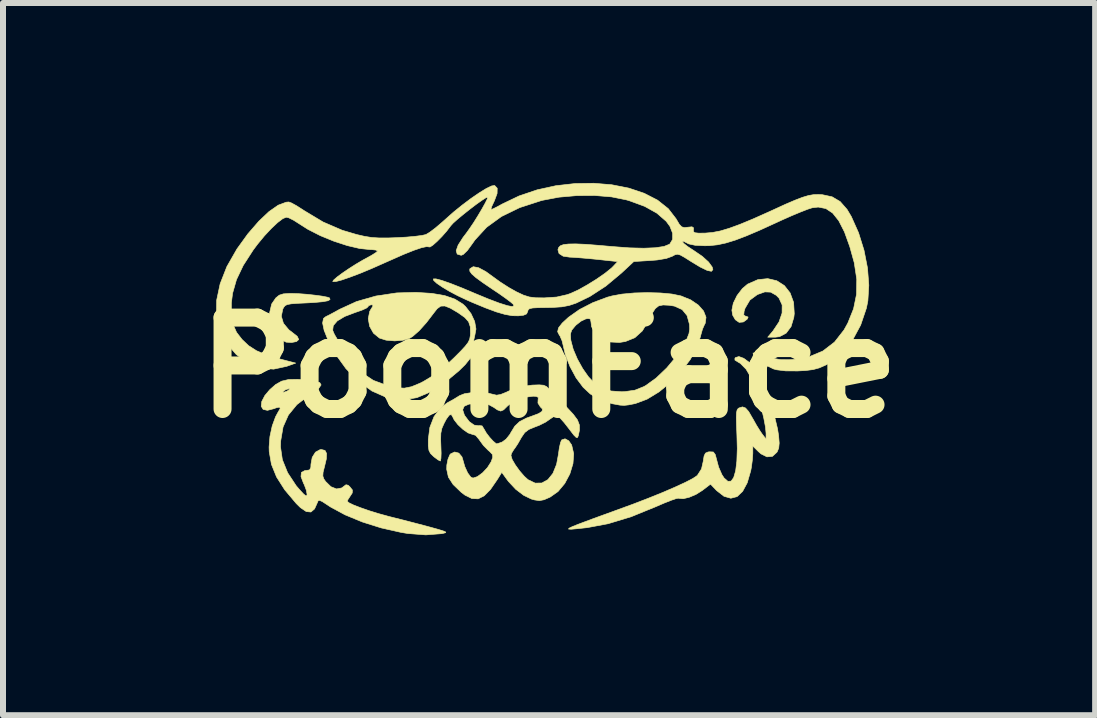
<source format=kicad_pcb>
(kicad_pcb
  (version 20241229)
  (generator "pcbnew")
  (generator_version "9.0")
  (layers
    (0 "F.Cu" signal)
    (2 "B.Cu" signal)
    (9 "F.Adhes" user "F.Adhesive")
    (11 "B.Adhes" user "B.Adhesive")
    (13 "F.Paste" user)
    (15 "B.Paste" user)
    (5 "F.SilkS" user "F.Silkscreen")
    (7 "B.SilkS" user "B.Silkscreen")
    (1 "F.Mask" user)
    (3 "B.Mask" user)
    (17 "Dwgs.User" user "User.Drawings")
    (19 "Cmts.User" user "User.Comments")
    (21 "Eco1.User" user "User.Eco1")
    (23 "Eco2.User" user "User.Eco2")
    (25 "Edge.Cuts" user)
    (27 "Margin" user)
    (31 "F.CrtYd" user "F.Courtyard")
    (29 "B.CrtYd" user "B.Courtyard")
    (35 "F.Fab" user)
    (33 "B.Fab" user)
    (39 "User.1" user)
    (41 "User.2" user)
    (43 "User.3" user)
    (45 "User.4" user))
  (footprint "PoomFace"
    (layer "F.Cu")
    (at 6.103 3.079)
    (property "Reference" "PoomFace" (at 0 0 0) (layer "F.SilkS") (effects (font (size 1.524 1.524) (thickness 0.3))))
    (attr through_hole)
    (fp_poly (pts (xy -4.174 -1.233) (xy -4.038 -1.223) (xy -3.902 -1.208) (xy -3.783 -1.192) (xy -3.696 -1.175) (xy -3.659 -1.162) (xy -3.651 -1.135) (xy -3.687 -1.115) (xy -3.774 -1.099) (xy -3.916 -1.086) (xy -4.042 -1.079) (xy -4.197 -1.072) (xy -4.299 -1.064) (xy -4.364 -1.052) (xy -4.401 -1.033) (xy -4.424 -1.004) (xy -4.439 -0.975) (xy -4.463 -0.857) (xy -4.428 -0.739) (xy -4.338 -0.631) (xy -4.283 -0.589) (xy -4.197 -0.521) (xy -4.173 -0.469) (xy -4.21 -0.435) (xy -4.292 -0.419) (xy -4.384 -0.425) (xy -4.466 -0.47) (xy -4.5 -0.5) (xy -4.594 -0.624) (xy -4.647 -0.77) (xy -4.657 -0.921) (xy -4.624 -1.061) (xy -4.555 -1.162) (xy -4.498 -1.208) (xy -4.429 -1.23) (xy -4.324 -1.237) (xy -4.296 -1.237) (xy -4.174 -1.233)) (stroke (width 0.01) (type solid)) (fill yes) (layer "F.SilkS"))
    (fp_poly (pts (xy 3.796 -1.449) (xy 3.923 -1.368) (xy 4.019 -1.246) (xy 4.077 -1.088) (xy 4.088 -0.9) (xy 4.081 -0.839) (xy 4.035 -0.685) (xy 3.954 -0.576) (xy 3.843 -0.517) (xy 3.773 -0.508) (xy 3.646 -0.508) (xy 3.733 -0.611) (xy 3.834 -0.762) (xy 3.885 -0.91) (xy 3.886 -1.045) (xy 3.834 -1.159) (xy 3.786 -1.207) (xy 3.694 -1.259) (xy 3.598 -1.263) (xy 3.477 -1.22) (xy 3.475 -1.22) (xy 3.348 -1.126) (xy 3.268 -0.99) (xy 3.252 -0.94) (xy 3.246 -0.878) (xy 3.274 -0.858) (xy 3.285 -0.857) (xy 3.319 -0.843) (xy 3.304 -0.809) (xy 3.245 -0.765) (xy 3.237 -0.761) (xy 3.169 -0.755) (xy 3.106 -0.798) (xy 3.061 -0.876) (xy 3.048 -0.958) (xy 3.072 -1.075) (xy 3.135 -1.203) (xy 3.223 -1.318) (xy 3.31 -1.392) (xy 3.481 -1.467) (xy 3.646 -1.484) (xy 3.796 -1.449)) (stroke (width 0.01) (type solid)) (fill yes) (layer "F.SilkS"))
    (fp_poly (pts (xy 1.856 -1.245) (xy 2.049 -1.227) (xy 2.199 -1.196) (xy 2.361 -1.13) (xy 2.489 -1.043) (xy 2.576 -0.944) (xy 2.617 -0.84) (xy 2.604 -0.74) (xy 2.59 -0.714) (xy 2.558 -0.642) (xy 2.53 -0.543) (xy 2.526 -0.524) (xy 2.464 -0.332) (xy 2.352 -0.132) (xy 2.202 0.066) (xy 2.025 0.248) (xy 1.832 0.405) (xy 1.633 0.526) (xy 1.44 0.598) (xy 1.426 0.601) (xy 1.325 0.621) (xy 1.253 0.629) (xy 1.183 0.625) (xy 1.085 0.607) (xy 1.056 0.602) (xy 0.855 0.541) (xy 0.687 0.438) (xy 0.569 0.328) (xy 0.452 0.172) (xy 0.349 -0.019) (xy 0.272 -0.216) (xy 0.241 -0.348) (xy 0.217 -0.448) (xy 0.183 -0.527) (xy 0.171 -0.544) (xy 0.161 -0.563) (xy 0.357 -0.563) (xy 0.361 -0.477) (xy 0.365 -0.449) (xy 0.403 -0.306) (xy 0.472 -0.144) (xy 0.561 0.016) (xy 0.657 0.153) (xy 0.732 0.232) (xy 0.88 0.334) (xy 1.033 0.389) (xy 1.211 0.402) (xy 1.261 0.4) (xy 1.431 0.376) (xy 1.576 0.318) (xy 1.61 0.3) (xy 1.786 0.173) (xy 1.963 0.004) (xy 2.123 -0.188) (xy 2.236 -0.361) (xy 2.299 -0.481) (xy 2.333 -0.568) (xy 2.345 -0.644) (xy 2.341 -0.722) (xy 2.301 -0.868) (xy 2.219 -0.968) (xy 2.09 -1.026) (xy 2.003 -1.04) (xy 1.901 -1.045) (xy 1.828 -1.03) (xy 1.771 -0.985) (xy 1.716 -0.9) (xy 1.657 -0.781) (xy 1.555 -0.612) (xy 1.43 -0.499) (xy 1.274 -0.436) (xy 1.175 -0.42) (xy 1.014 -0.428) (xy 0.876 -0.48) (xy 0.771 -0.568) (xy 0.709 -0.683) (xy 0.699 -0.764) (xy 0.689 -0.811) (xy 0.649 -0.819) (xy 0.611 -0.812) (xy 0.533 -0.775) (xy 0.45 -0.71) (xy 0.434 -0.693) (xy 0.378 -0.625) (xy 0.357 -0.563) (xy 0.161 -0.563) (xy 0.143 -0.599) (xy 0.158 -0.663) (xy 0.22 -0.743) (xy 0.325 -0.84) (xy 0.508 -0.969) (xy 0.731 -1.084) (xy 0.974 -1.175) (xy 1.048 -1.195) (xy 1.216 -1.226) (xy 1.42 -1.245) (xy 1.64 -1.251) (xy 1.856 -1.245)) (stroke (width 0.01) (type solid)) (fill yes) (layer "F.SilkS"))
    (fp_poly (pts (xy -1.953 -1.238) (xy -1.739 -1.201) (xy -1.569 -1.142) (xy -1.436 -1.059) (xy -1.394 -1.02) (xy -1.301 -0.901) (xy -1.24 -0.77) (xy -1.218 -0.644) (xy -1.235 -0.55) (xy -1.254 -0.463) (xy -1.25 -0.386) (xy -1.252 -0.284) (xy -1.299 -0.174) (xy -1.397 -0.051) (xy -1.504 0.054) (xy -1.752 0.26) (xy -1.984 0.408) (xy -2.203 0.5) (xy -2.414 0.536) (xy -2.622 0.52) (xy -2.715 0.495) (xy -2.953 0.389) (xy -3.179 0.226) (xy -3.386 0.016) (xy -3.566 -0.234) (xy -3.685 -0.46) (xy -3.749 -0.622) (xy -3.607 -0.622) (xy -3.579 -0.556) (xy -3.525 -0.464) (xy -3.478 -0.393) (xy -3.395 -0.275) (xy -3.303 -0.142) (xy -3.255 -0.073) (xy -3.112 0.091) (xy -2.93 0.212) (xy -2.7 0.298) (xy -2.698 0.298) (xy -2.54 0.334) (xy -2.413 0.342) (xy -2.293 0.318) (xy -2.155 0.261) (xy -2.095 0.231) (xy -1.922 0.126) (xy -1.742 -0.016) (xy -1.59 -0.158) (xy -1.474 -0.274) (xy -1.396 -0.358) (xy -1.348 -0.421) (xy -1.323 -0.474) (xy -1.313 -0.53) (xy -1.31 -0.568) (xy -1.313 -0.682) (xy -1.341 -0.765) (xy -1.404 -0.836) (xy -1.514 -0.914) (xy -1.515 -0.915) (xy -1.644 -0.991) (xy -1.736 -1.028) (xy -1.805 -1.026) (xy -1.865 -0.983) (xy -1.92 -0.913) (xy -2.044 -0.751) (xy -2.164 -0.617) (xy -2.272 -0.522) (xy -2.322 -0.49) (xy -2.433 -0.457) (xy -2.574 -0.446) (xy -2.716 -0.458) (xy -2.827 -0.493) (xy -2.927 -0.575) (xy -2.991 -0.689) (xy -3.014 -0.816) (xy -2.99 -0.937) (xy -2.967 -0.977) (xy -2.935 -1.028) (xy -2.943 -1.046) (xy -2.967 -1.048) (xy -3.01 -1.032) (xy -3.016 -1.017) (xy -3.044 -0.993) (xy -3.118 -0.959) (xy -3.222 -0.923) (xy -3.231 -0.92) (xy -3.405 -0.854) (xy -3.529 -0.78) (xy -3.597 -0.701) (xy -3.607 -0.622) (xy -3.749 -0.622) (xy -3.75 -0.625) (xy -3.775 -0.744) (xy -3.76 -0.82) (xy -3.722 -0.85) (xy -3.665 -0.878) (xy -3.575 -0.926) (xy -3.492 -0.972) (xy -3.209 -1.102) (xy -2.887 -1.194) (xy -2.539 -1.246) (xy -2.221 -1.255) (xy -1.953 -1.238)) (stroke (width 0.01) (type solid)) (fill yes) (layer "F.SilkS"))
    (fp_poly (pts (xy 3.245 -0.156) (xy 3.336 -0.089) (xy 3.426 0.008) (xy 3.485 0.095) (xy 3.556 0.236) (xy 3.631 0.419) (xy 3.702 0.624) (xy 3.764 0.831) (xy 3.809 1.02) (xy 3.827 1.134) (xy 3.837 1.258) (xy 3.829 1.341) (xy 3.803 1.404) (xy 3.797 1.412) (xy 3.724 1.479) (xy 3.633 1.487) (xy 3.533 1.437) (xy 3.49 1.399) (xy 3.397 1.307) (xy 3.397 1.43) (xy 3.39 1.535) (xy 3.373 1.663) (xy 3.362 1.721) (xy 3.304 1.92) (xy 3.227 2.063) (xy 3.135 2.15) (xy 3.031 2.177) (xy 2.917 2.145) (xy 2.795 2.05) (xy 2.783 2.038) (xy 2.692 1.942) (xy 2.555 2.047) (xy 2.45 2.113) (xy 2.337 2.161) (xy 2.236 2.185) (xy 2.166 2.179) (xy 2.161 2.176) (xy 2.123 2.182) (xy 2.04 2.21) (xy 1.923 2.256) (xy 1.789 2.314) (xy 1.37 2.485) (xy 0.984 2.602) (xy 0.632 2.668) (xy 0.63 2.668) (xy 0.47 2.685) (xy 0.369 2.694) (xy 0.325 2.691) (xy 0.333 2.677) (xy 0.391 2.649) (xy 0.476 2.615) (xy 0.585 2.574) (xy 0.735 2.518) (xy 0.908 2.455) (xy 1.085 2.391) (xy 1.111 2.381) (xy 1.394 2.278) (xy 1.659 2.176) (xy 1.899 2.079) (xy 2.107 1.989) (xy 2.276 1.911) (xy 2.399 1.847) (xy 2.47 1.799) (xy 2.473 1.796) (xy 2.542 1.688) (xy 2.57 1.565) (xy 2.585 1.472) (xy 2.608 1.425) (xy 2.651 1.406) (xy 2.674 1.403) (xy 2.739 1.406) (xy 2.771 1.449) (xy 2.78 1.482) (xy 2.827 1.658) (xy 2.882 1.784) (xy 2.918 1.839) (xy 2.981 1.895) (xy 3.035 1.892) (xy 3.078 1.833) (xy 3.111 1.72) (xy 3.131 1.557) (xy 3.138 1.348) (xy 3.132 1.122) (xy 3.125 0.95) (xy 3.122 0.83) (xy 3.125 0.753) (xy 3.135 0.707) (xy 3.152 0.682) (xy 3.167 0.672) (xy 3.225 0.654) (xy 3.275 0.672) (xy 3.328 0.732) (xy 3.393 0.844) (xy 3.398 0.852) (xy 3.459 0.961) (xy 3.52 1.059) (xy 3.556 1.111) (xy 3.618 1.191) (xy 3.618 1.095) (xy 3.608 0.99) (xy 3.58 0.842) (xy 3.538 0.666) (xy 3.486 0.48) (xy 3.455 0.381) (xy 3.375 0.179) (xy 3.285 0.026) (xy 3.189 -0.071) (xy 3.153 -0.092) (xy 3.099 -0.126) (xy 3.099 -0.157) (xy 3.108 -0.168) (xy 3.165 -0.185) (xy 3.245 -0.156)) (stroke (width 0.01) (type solid)) (fill yes) (layer "F.SilkS"))
    (fp_poly (pts (xy -4.05 0.205) (xy -3.906 0.224) (xy -3.822 0.25) (xy -3.8 0.288) (xy -3.837 0.341) (xy -3.932 0.415) (xy -4.002 0.461) (xy -4.203 0.616) (xy -4.345 0.789) (xy -4.434 0.989) (xy -4.474 1.223) (xy -4.477 1.32) (xy -4.446 1.534) (xy -4.358 1.752) (xy -4.215 1.969) (xy -4.161 2.032) (xy -4.091 2.108) (xy -4.052 2.138) (xy -4.036 2.128) (xy -4.034 2.11) (xy -4.047 2.041) (xy -4.081 1.95) (xy -4.094 1.925) (xy -4.135 1.816) (xy -4.128 1.746) (xy -4.071 1.716) (xy -4.045 1.714) (xy -3.992 1.705) (xy -3.971 1.663) (xy -3.969 1.61) (xy -3.948 1.496) (xy -3.894 1.409) (xy -3.817 1.367) (xy -3.795 1.365) (xy -3.735 1.38) (xy -3.709 1.43) (xy -3.713 1.523) (xy -3.742 1.645) (xy -3.767 1.744) (xy -3.771 1.807) (xy -3.754 1.856) (xy -3.724 1.899) (xy -3.636 1.985) (xy -3.543 2.022) (xy -3.458 2.006) (xy -3.434 1.989) (xy -3.385 1.952) (xy -3.348 1.961) (xy -3.322 1.985) (xy -3.278 2.04) (xy -3.281 2.09) (xy -3.317 2.145) (xy -3.353 2.2) (xy -3.364 2.227) (xy -3.337 2.252) (xy -3.259 2.29) (xy -3.142 2.335) (xy -2.999 2.385) (xy -2.84 2.434) (xy -2.677 2.479) (xy -2.63 2.491) (xy -2.446 2.537) (xy -2.238 2.591) (xy -2.044 2.642) (xy -1.985 2.658) (xy -1.845 2.697) (xy -1.759 2.724) (xy -1.721 2.741) (xy -1.725 2.752) (xy -1.764 2.762) (xy -1.795 2.768) (xy -2.054 2.788) (xy -2.355 2.765) (xy -2.469 2.746) (xy -2.797 2.672) (xy -3.112 2.573) (xy -3.4 2.454) (xy -3.644 2.322) (xy -3.697 2.287) (xy -3.781 2.232) (xy -3.827 2.212) (xy -3.851 2.222) (xy -3.86 2.245) (xy -3.909 2.355) (xy -3.97 2.407) (xy -4.048 2.399) (xy -4.145 2.333) (xy -4.214 2.265) (xy -4.406 2.037) (xy -4.543 1.822) (xy -4.628 1.612) (xy -4.665 1.398) (xy -4.667 1.323) (xy -4.653 1.148) (xy -4.615 0.972) (xy -4.559 0.819) (xy -4.52 0.747) (xy -4.482 0.682) (xy -4.491 0.657) (xy -4.55 0.67) (xy -4.586 0.684) (xy -4.695 0.712) (xy -4.766 0.696) (xy -4.798 0.644) (xy -4.789 0.564) (xy -4.737 0.464) (xy -4.688 0.406) (xy -4.439 0.406) (xy -4.429 0.412) (xy -4.377 0.396) (xy -4.35 0.381) (xy -4.324 0.356) (xy -4.334 0.35) (xy -4.386 0.366) (xy -4.413 0.381) (xy -4.439 0.406) (xy -4.688 0.406) (xy -4.654 0.366) (xy -4.556 0.28) (xy -4.457 0.225) (xy -4.342 0.198) (xy -4.194 0.195) (xy -4.05 0.205)) (stroke (width 0.01) (type solid)) (fill yes) (layer "F.SilkS"))
    (fp_poly (pts (xy -0.091 0.293) (xy -0.042 0.315) (xy 0.003 0.358) (xy 0.006 0.361) (xy 0.061 0.419) (xy 0.146 0.508) (xy 0.247 0.612) (xy 0.294 0.659) (xy 0.405 0.779) (xy 0.474 0.872) (xy 0.506 0.956) (xy 0.507 1.043) (xy 0.488 1.134) (xy 0.475 1.165) (xy 0.453 1.164) (xy 0.414 1.125) (xy 0.35 1.042) (xy 0.329 1.014) (xy 0.254 0.918) (xy 0.188 0.844) (xy 0.143 0.806) (xy 0.14 0.804) (xy 0.085 0.811) (xy 0.017 0.856) (xy 0.015 0.858) (xy -0.059 0.909) (xy -0.165 0.962) (xy -0.229 0.986) (xy -0.336 1.03) (xy -0.405 1.082) (xy -0.46 1.162) (xy -0.469 1.178) (xy -0.522 1.271) (xy -0.572 1.346) (xy -0.588 1.366) (xy -0.626 1.429) (xy -0.635 1.465) (xy -0.615 1.531) (xy -0.562 1.622) (xy -0.49 1.722) (xy -0.411 1.813) (xy -0.35 1.868) (xy -0.232 1.925) (xy -0.12 1.923) (xy -0.019 1.867) (xy 0.065 1.762) (xy 0.126 1.611) (xy 0.156 1.448) (xy 0.172 1.335) (xy 0.192 1.248) (xy 0.211 1.205) (xy 0.267 1.186) (xy 0.328 1.219) (xy 0.377 1.289) (xy 0.411 1.435) (xy 0.399 1.6) (xy 0.347 1.771) (xy 0.262 1.931) (xy 0.149 2.066) (xy 0.018 2.158) (xy -0.083 2.202) (xy -0.161 2.217) (xy -0.243 2.205) (xy -0.296 2.19) (xy -0.422 2.129) (xy -0.556 2.027) (xy -0.676 1.898) (xy -0.698 1.869) (xy -0.788 1.745) (xy -0.861 1.863) (xy -0.975 2.029) (xy -1.08 2.136) (xy -1.182 2.187) (xy -1.287 2.182) (xy -1.402 2.125) (xy -1.465 2.077) (xy -1.599 1.948) (xy -1.678 1.825) (xy -1.706 1.695) (xy -1.704 1.624) (xy -1.685 1.527) (xy -1.653 1.452) (xy -1.642 1.438) (xy -1.574 1.406) (xy -1.504 1.425) (xy -1.452 1.487) (xy -1.442 1.518) (xy -1.405 1.648) (xy -1.357 1.754) (xy -1.306 1.823) (xy -1.268 1.841) (xy -1.195 1.817) (xy -1.108 1.753) (xy -1.027 1.667) (xy -0.968 1.574) (xy -0.963 1.564) (xy -0.938 1.493) (xy -0.944 1.447) (xy -0.99 1.398) (xy -1.016 1.376) (xy -1.094 1.297) (xy -1.156 1.212) (xy -1.161 1.203) (xy -1.224 1.128) (xy -1.282 1.111) (xy -1.35 1.088) (xy -1.436 1.028) (xy -1.519 0.95) (xy -1.583 0.868) (xy -1.603 0.826) (xy -1.629 0.782) (xy -1.663 0.791) (xy -1.711 0.856) (xy -1.75 0.929) (xy -1.786 1.01) (xy -1.804 1.093) (xy -1.807 1.2) (xy -1.803 1.308) (xy -1.799 1.424) (xy -1.802 1.511) (xy -1.81 1.554) (xy -1.813 1.556) (xy -1.851 1.537) (xy -1.914 1.49) (xy -1.927 1.479) (xy -1.976 1.431) (xy -2.002 1.38) (xy -2.013 1.305) (xy -2.013 1.197) (xy -1.987 0.996) (xy -1.918 0.818) (xy -1.834 0.702) (xy -1.44 0.702) (xy -1.412 0.788) (xy -1.404 0.802) (xy -1.33 0.9) (xy -1.248 0.958) (xy -1.172 0.969) (xy -1.164 0.966) (xy -1.116 0.971) (xy -1.08 1.03) (xy -1.046 1.089) (xy -0.991 1.161) (xy -0.931 1.226) (xy -0.883 1.266) (xy -0.871 1.27) (xy -0.838 1.26) (xy -0.781 1.24) (xy -0.716 1.192) (xy -0.653 1.113) (xy -0.64 1.089) (xy -0.571 0.976) (xy -0.49 0.899) (xy -0.377 0.841) (xy -0.294 0.811) (xy -0.176 0.767) (xy -0.116 0.728) (xy -0.11 0.689) (xy -0.145 0.654) (xy -0.185 0.59) (xy -0.183 0.544) (xy -0.179 0.497) (xy -0.212 0.479) (xy -0.265 0.476) (xy -0.446 0.5) (xy -0.602 0.567) (xy -0.689 0.636) (xy -0.757 0.703) (xy -0.806 0.724) (xy -0.861 0.704) (xy -0.92 0.663) (xy -1.001 0.619) (xy -1.103 0.599) (xy -1.195 0.597) (xy -1.333 0.608) (xy -1.414 0.643) (xy -1.44 0.702) (xy -1.834 0.702) (xy -1.814 0.675) (xy -1.696 0.586) (xy -1.597 0.532) (xy -1.509 0.478) (xy -1.492 0.467) (xy -1.41 0.435) (xy -1.288 0.416) (xy -1.15 0.412) (xy -1.02 0.424) (xy -0.935 0.445) (xy -0.875 0.459) (xy -0.808 0.448) (xy -0.713 0.41) (xy -0.672 0.39) (xy -0.476 0.318) (xy -0.281 0.291) (xy -0.164 0.287) (xy -0.091 0.293)) (stroke (width 0.01) (type solid)) (fill yes) (layer "F.SilkS"))
    (fp_poly (pts (xy 1.046 -3.049) (xy 1.33 -2.993) (xy 1.586 -2.907) (xy 1.808 -2.793) (xy 1.988 -2.65) (xy 2.119 -2.48) (xy 2.119 -2.479) (xy 2.171 -2.391) (xy 2.212 -2.347) (xy 2.258 -2.335) (xy 2.312 -2.341) (xy 2.383 -2.348) (xy 2.409 -2.331) (xy 2.407 -2.298) (xy 2.408 -2.266) (xy 2.433 -2.249) (xy 2.494 -2.242) (xy 2.603 -2.243) (xy 2.722 -2.253) (xy 2.853 -2.278) (xy 3.004 -2.323) (xy 3.184 -2.389) (xy 3.401 -2.479) (xy 3.663 -2.596) (xy 3.731 -2.627) (xy 3.938 -2.722) (xy 4.099 -2.791) (xy 4.224 -2.839) (xy 4.324 -2.869) (xy 4.41 -2.884) (xy 4.492 -2.886) (xy 4.557 -2.883) (xy 4.719 -2.848) (xy 4.853 -2.769) (xy 4.968 -2.638) (xy 5.039 -2.519) (xy 5.16 -2.248) (xy 5.251 -1.956) (xy 5.309 -1.66) (xy 5.331 -1.374) (xy 5.315 -1.113) (xy 5.291 -0.993) (xy 5.195 -0.71) (xy 5.061 -0.461) (xy 4.896 -0.254) (xy 4.706 -0.096) (xy 4.61 -0.042) (xy 4.505 0.004) (xy 4.402 0.032) (xy 4.278 0.048) (xy 4.145 0.055) (xy 3.945 0.054) (xy 3.796 0.036) (xy 3.741 0.021) (xy 3.622 -0.038) (xy 3.507 -0.119) (xy 3.42 -0.203) (xy 3.405 -0.223) (xy 3.401 -0.244) (xy 3.434 -0.245) (xy 3.512 -0.224) (xy 3.6 -0.196) (xy 3.743 -0.153) (xy 3.866 -0.133) (xy 4.002 -0.132) (xy 4.068 -0.136) (xy 4.335 -0.181) (xy 4.565 -0.277) (xy 4.759 -0.426) (xy 4.917 -0.628) (xy 4.981 -0.743) (xy 5.077 -0.982) (xy 5.126 -1.222) (xy 5.13 -1.474) (xy 5.088 -1.75) (xy 5.014 -2.016) (xy 4.925 -2.263) (xy 4.83 -2.449) (xy 4.728 -2.577) (xy 4.615 -2.652) (xy 4.488 -2.677) (xy 4.387 -2.665) (xy 4.312 -2.641) (xy 4.194 -2.595) (xy 4.045 -2.533) (xy 3.878 -2.459) (xy 3.776 -2.412) (xy 3.509 -2.29) (xy 3.288 -2.196) (xy 3.104 -2.126) (xy 2.947 -2.078) (xy 2.808 -2.048) (xy 2.678 -2.034) (xy 2.597 -2.032) (xy 2.435 -2.04) (xy 2.328 -2.063) (xy 2.293 -2.081) (xy 2.242 -2.107) (xy 2.223 -2.1) (xy 2.248 -2.069) (xy 2.314 -2.017) (xy 2.407 -1.956) (xy 2.412 -1.953) (xy 2.554 -1.856) (xy 2.659 -1.761) (xy 2.72 -1.677) (xy 2.731 -1.634) (xy 2.707 -1.606) (xy 2.636 -1.621) (xy 2.519 -1.678) (xy 2.367 -1.77) (xy 2.258 -1.839) (xy 2.188 -1.878) (xy 2.14 -1.891) (xy 2.1 -1.882) (xy 2.054 -1.857) (xy 1.956 -1.821) (xy 1.803 -1.795) (xy 1.687 -1.786) (xy 1.413 -1.769) (xy 1.208 -1.578) (xy 0.946 -1.359) (xy 0.678 -1.185) (xy 0.449 -1.075) (xy 0.335 -1.037) (xy 0.214 -1.014) (xy 0.064 -1.004) (xy -0.039 -1.002) (xy -0.181 -1) (xy -0.272 -0.995) (xy -0.324 -0.984) (xy -0.348 -0.964) (xy -0.356 -0.937) (xy -0.374 -0.896) (xy -0.425 -0.874) (xy -0.512 -0.864) (xy -0.613 -0.866) (xy -0.732 -0.887) (xy -0.878 -0.929) (xy -1.058 -0.996) (xy -1.283 -1.089) (xy -1.375 -1.13) (xy -1.522 -1.199) (xy -1.66 -1.272) (xy -1.78 -1.344) (xy -1.871 -1.406) (xy -1.923 -1.454) (xy -1.929 -1.479) (xy -1.886 -1.48) (xy -1.79 -1.455) (xy -1.644 -1.404) (xy -1.453 -1.329) (xy -1.235 -1.237) (xy -1.01 -1.144) (xy -0.83 -1.076) (xy -0.697 -1.034) (xy -0.615 -1.018) (xy -0.585 -1.03) (xy -0.598 -1.058) (xy -0.641 -1.095) (xy -0.725 -1.158) (xy -0.837 -1.237) (xy -0.948 -1.311) (xy -1.108 -1.42) (xy -1.22 -1.502) (xy -1.289 -1.563) (xy -1.321 -1.608) (xy -1.322 -1.642) (xy -1.318 -1.65) (xy -1.264 -1.683) (xy -1.175 -1.666) (xy -1.055 -1.602) (xy -0.946 -1.523) (xy -0.815 -1.428) (xy -0.667 -1.333) (xy -0.54 -1.262) (xy -0.424 -1.208) (xy -0.328 -1.178) (xy -0.225 -1.165) (xy -0.088 -1.163) (xy -0.079 -1.163) (xy 0.128 -1.177) (xy 0.303 -1.217) (xy 0.359 -1.237) (xy 0.487 -1.295) (xy 0.637 -1.379) (xy 0.792 -1.475) (xy 0.933 -1.573) (xy 1.041 -1.66) (xy 1.072 -1.691) (xy 1.144 -1.768) (xy 0.802 -1.805) (xy 0.648 -1.82) (xy 0.505 -1.832) (xy 0.393 -1.84) (xy 0.344 -1.842) (xy 0.236 -1.858) (xy 0.167 -1.902) (xy 0.148 -1.965) (xy 0.16 -2.002) (xy 0.188 -2.031) (xy 0.24 -2.051) (xy 0.324 -2.061) (xy 0.444 -2.063) (xy 0.609 -2.056) (xy 0.825 -2.039) (xy 1.064 -2.018) (xy 1.341 -1.997) (xy 1.58 -1.991) (xy 1.774 -1.999) (xy 1.918 -2.021) (xy 2.007 -2.057) (xy 2.013 -2.061) (xy 2.06 -2.138) (xy 2.06 -2.241) (xy 2.016 -2.354) (xy 1.954 -2.439) (xy 1.798 -2.575) (xy 1.594 -2.689) (xy 1.335 -2.784) (xy 1.285 -2.798) (xy 1.042 -2.847) (xy 0.761 -2.87) (xy 0.462 -2.868) (xy 0.166 -2.842) (xy -0.108 -2.79) (xy -0.129 -2.785) (xy -0.489 -2.668) (xy -0.793 -2.52) (xy -1.041 -2.34) (xy -1.235 -2.129) (xy -1.275 -2.072) (xy -1.362 -1.952) (xy -1.431 -1.886) (xy -1.465 -1.873) (xy -1.531 -1.893) (xy -1.548 -1.95) (xy -1.515 -2.043) (xy -1.434 -2.17) (xy -1.382 -2.238) (xy -1.325 -2.317) (xy -1.256 -2.419) (xy -1.185 -2.533) (xy -1.118 -2.646) (xy -1.064 -2.743) (xy -1.029 -2.814) (xy -1.022 -2.843) (xy -1.053 -2.832) (xy -1.12 -2.789) (xy -1.213 -2.723) (xy -1.318 -2.643) (xy -1.425 -2.558) (xy -1.522 -2.478) (xy -1.598 -2.41) (xy -1.639 -2.365) (xy -1.706 -2.277) (xy -1.786 -2.186) (xy -1.867 -2.104) (xy -1.937 -2.042) (xy -1.984 -2.012) (xy -1.994 -2.012) (xy -2.04 -2.018) (xy -2.125 -2) (xy -2.252 -1.957) (xy -2.427 -1.887) (xy -2.651 -1.788) (xy -2.746 -1.746) (xy -2.958 -1.652) (xy -3.153 -1.571) (xy -3.323 -1.507) (xy -3.46 -1.46) (xy -3.556 -1.435) (xy -3.604 -1.435) (xy -3.606 -1.436) (xy -3.59 -1.461) (xy -3.533 -1.511) (xy -3.444 -1.577) (xy -3.335 -1.651) (xy -3.219 -1.725) (xy -3.107 -1.791) (xy -3.057 -1.818) (xy -2.959 -1.872) (xy -2.888 -1.917) (xy -2.858 -1.944) (xy -2.858 -1.945) (xy -2.886 -1.96) (xy -2.955 -1.968) (xy -2.979 -1.968) (xy -3.155 -1.986) (xy -3.364 -2.035) (xy -3.59 -2.109) (xy -3.814 -2.201) (xy -4.02 -2.306) (xy -4.163 -2.397) (xy -4.257 -2.457) (xy -4.339 -2.498) (xy -4.381 -2.508) (xy -4.439 -2.484) (xy -4.526 -2.418) (xy -4.631 -2.319) (xy -4.745 -2.197) (xy -4.858 -2.06) (xy -4.933 -1.96) (xy -5.098 -1.704) (xy -5.211 -1.467) (xy -5.276 -1.239) (xy -5.296 -1.078) (xy -5.297 -0.879) (xy -5.269 -0.722) (xy -5.209 -0.588) (xy -5.118 -0.47) (xy -5.007 -0.365) (xy -4.875 -0.281) (xy -4.708 -0.211) (xy -4.493 -0.146) (xy -4.485 -0.144) (xy -4.223 -0.076) (xy -4.374 -0.022) (xy -4.591 0.025) (xy -4.802 0.009) (xy -5.007 -0.07) (xy -5.205 -0.212) (xy -5.217 -0.222) (xy -5.382 -0.413) (xy -5.491 -0.629) (xy -5.544 -0.868) (xy -5.541 -1.125) (xy -5.483 -1.398) (xy -5.371 -1.684) (xy -5.203 -1.978) (xy -5.021 -2.23) (xy -4.838 -2.441) (xy -4.669 -2.601) (xy -4.516 -2.708) (xy -4.383 -2.758) (xy -4.339 -2.762) (xy -4.293 -2.745) (xy -4.211 -2.7) (xy -4.109 -2.635) (xy -4.08 -2.616) (xy -3.767 -2.428) (xy -3.447 -2.29) (xy -3.207 -2.219) (xy -3.076 -2.189) (xy -2.958 -2.17) (xy -2.833 -2.162) (xy -2.68 -2.162) (xy -2.541 -2.167) (xy -2.38 -2.176) (xy -2.234 -2.189) (xy -2.119 -2.204) (xy -2.052 -2.219) (xy -2.052 -2.219) (xy -1.989 -2.257) (xy -1.896 -2.327) (xy -1.789 -2.418) (xy -1.726 -2.474) (xy -1.591 -2.594) (xy -1.446 -2.711) (xy -1.301 -2.82) (xy -1.164 -2.914) (xy -1.047 -2.986) (xy -0.958 -3.029) (xy -0.907 -3.037) (xy -0.864 -2.991) (xy -0.866 -2.903) (xy -0.912 -2.779) (xy -0.921 -2.761) (xy -0.956 -2.686) (xy -0.968 -2.641) (xy -0.965 -2.635) (xy -0.928 -2.65) (xy -0.854 -2.687) (xy -0.782 -2.727) (xy -0.5 -2.862) (xy -0.199 -2.964) (xy 0.114 -3.033) (xy 0.431 -3.069) (xy 0.744 -3.074) (xy 1.046 -3.049)) (stroke (width 0.01) (type solid)) (fill yes) (layer "F.SilkS")))
  (gr_rect
    (start -3 -3)
    (end 15.207 8.873)
    (stroke (width 0.1) (type default))
    (fill no)
    (layer "Edge.Cuts")))
</source>
